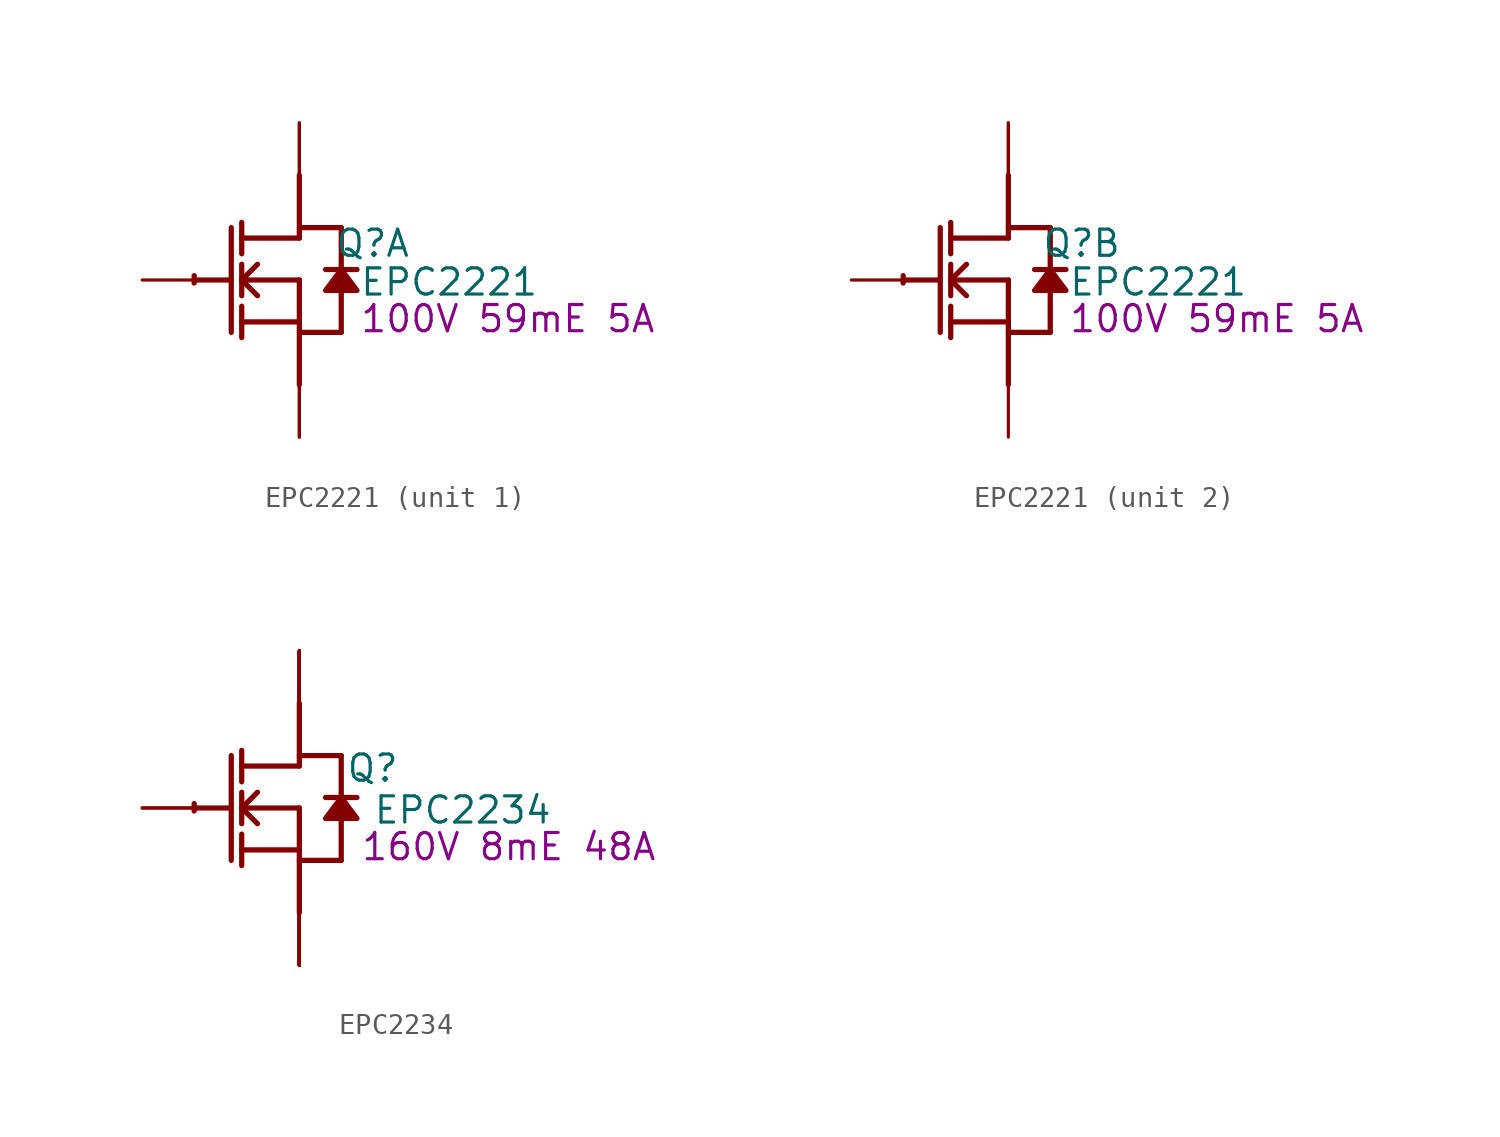
<source format=kicad_sym>
(kicad_symbol_lib
  (version 20241209)
  (generator "kicad_symbol_editor")
  (generator_version "9.0")
  (symbol "EPC2221"
    (property "Reference" "Q"
      (at 3.556 1.778 0)
      (effects (font (size 1.27 1.27))))
    (property "Value" "EPC2221"
      (at 7.264 -0.102 0)
      (effects (font (size 1.27 1.27))))
    (property "Description" "100V 59mE 5A"
      (at 10.109 -1.88 0)
      (effects (font (size 1.27 1.27))))
    (symbol "EPC2221_1_0"
      (polyline (pts (xy -5.08 0) (xy -3.302 0)) (stroke (width 0.254) (type solid)) (fill (type none)))
      (polyline (pts (xy -3.302 2.54) (xy -3.302 -2.54)) (stroke (width 0.254) (type solid)) (fill (type none)))
      (polyline (pts (xy -2.794 1.27) (xy -2.794 2.794)) (stroke (width 0.254) (type solid)) (fill (type none)))
      (polyline (pts (xy -2.794 0) (xy -2.032 0.762)) (stroke (width 0.254) (type solid)) (fill (type none)))
      (polyline (pts (xy -2.794 0) (xy 0 0)) (stroke (width 0.254) (type solid)) (fill (type none)))
      (polyline (pts (xy -2.794 -0.762) (xy -2.794 0.762)) (stroke (width 0.254) (type solid)) (fill (type none)))
      (polyline (pts (xy -2.794 -2.032) (xy 0 -2.032)) (stroke (width 0.254) (type solid)) (fill (type none)))
      (polyline (pts (xy -2.794 -2.794) (xy -2.794 -1.27)) (stroke (width 0.254) (type solid)) (fill (type none)))
      (polyline (pts (xy -2.032 -0.762) (xy -2.794 0)) (stroke (width 0.254) (type solid)) (fill (type none)))
      (polyline (pts (xy 0 2.54) (xy 2.032 2.54)) (stroke (width 0.254) (type solid)) (fill (type none)))
      (polyline (pts (xy 0 2.032) (xy -2.794 2.032)) (stroke (width 0.254) (type solid)) (fill (type none)))
      (polyline (pts (xy 0 2.032) (xy 0 5.08)) (stroke (width 0.254) (type solid)) (fill (type none)))
      (polyline (pts (xy 0 0) (xy 0 -5.08)) (stroke (width 0.254) (type solid)) (fill (type none)))
      (polyline (pts (xy 0 -2.54) (xy 2.032 -2.54)) (stroke (width 0.254) (type solid)) (fill (type none)))
      (arc (start -5.1019 -0.1467) (mid -5.1039 0.0331) (end -5.0996 0.2128) (stroke (width 0.254) (type solid)) (fill (type none)))
      (polyline (pts (xy 2.032 2.54) (xy 2.032 0.508)) (stroke (width 0.254) (type solid)) (fill (type none)))
      (polyline (pts (xy 2.032 0.508) (xy 1.27 -0.508) (xy 2.794 -0.508) (xy 2.032 0.508)) (stroke (width 0.254) (type solid)) (fill (type outline)))
      (polyline (pts (xy 2.032 -0.508) (xy 2.032 -2.54)) (stroke (width 0.254) (type solid)) (fill (type none)))
      (polyline (pts (xy 2.794 0.508) (xy 1.27 0.508)) (stroke (width 0.254) (type solid)) (fill (type none)))
      (pin passive line (at -7.62 0 0) (length 2.54) (name "G1" (effects (font (size 0 0)))) (number "1" (effects (font (size 0 0)))))
      (pin open_collector line (at 0 7.62 270) (length 2.54) (name "D1a" (effects (font (size 0 0)))) (number "2" (effects (font (size 0 0)))))
      (pin open_collector line (at 0 7.62 270) (length 2.54) (name "D1b" (effects (font (size 0 0)))) (number "3" (effects (font (size 0 0)))))
      (pin open_emitter line (at 0 -7.62 90) (length 2.54) (name "S1a" (effects (font (size 0 0)))) (number "4" (effects (font (size 0 0)))))
      (pin open_emitter line (at 0 -7.62 90) (length 2.54) (name "S1b" (effects (font (size 0 0)))) (number "6" (effects (font (size 0 0))))))
    (symbol "EPC2221_2_0"
      (polyline (pts (xy -5.08 0) (xy -3.302 0)) (stroke (width 0.254) (type solid)) (fill (type none)))
      (polyline (pts (xy -3.302 2.54) (xy -3.302 -2.54)) (stroke (width 0.254) (type solid)) (fill (type none)))
      (polyline (pts (xy -2.794 1.27) (xy -2.794 2.794)) (stroke (width 0.254) (type solid)) (fill (type none)))
      (polyline (pts (xy -2.794 0) (xy -2.032 0.762)) (stroke (width 0.254) (type solid)) (fill (type none)))
      (polyline (pts (xy -2.794 0) (xy 0 0)) (stroke (width 0.254) (type solid)) (fill (type none)))
      (polyline (pts (xy -2.794 -0.762) (xy -2.794 0.762)) (stroke (width 0.254) (type solid)) (fill (type none)))
      (polyline (pts (xy -2.794 -2.032) (xy 0 -2.032)) (stroke (width 0.254) (type solid)) (fill (type none)))
      (polyline (pts (xy -2.794 -2.794) (xy -2.794 -1.27)) (stroke (width 0.254) (type solid)) (fill (type none)))
      (polyline (pts (xy -2.032 -0.762) (xy -2.794 0)) (stroke (width 0.254) (type solid)) (fill (type none)))
      (polyline (pts (xy 0 2.54) (xy 2.032 2.54)) (stroke (width 0.254) (type solid)) (fill (type none)))
      (polyline (pts (xy 0 2.032) (xy -2.794 2.032)) (stroke (width 0.254) (type solid)) (fill (type none)))
      (polyline (pts (xy 0 2.032) (xy 0 5.08)) (stroke (width 0.254) (type solid)) (fill (type none)))
      (polyline (pts (xy 0 0) (xy 0 -5.08)) (stroke (width 0.254) (type solid)) (fill (type none)))
      (polyline (pts (xy 0 -2.54) (xy 2.032 -2.54)) (stroke (width 0.254) (type solid)) (fill (type none)))
      (arc (start -5.1019 -0.1467) (mid -5.1039 0.0331) (end -5.0996 0.2128) (stroke (width 0.254) (type solid)) (fill (type none)))
      (polyline (pts (xy 2.032 2.54) (xy 2.032 0.508)) (stroke (width 0.254) (type solid)) (fill (type none)))
      (polyline (pts (xy 2.032 0.508) (xy 1.27 -0.508) (xy 2.794 -0.508) (xy 2.032 0.508)) (stroke (width 0.254) (type solid)) (fill (type outline)))
      (polyline (pts (xy 2.032 -0.508) (xy 2.032 -2.54)) (stroke (width 0.254) (type solid)) (fill (type none)))
      (polyline (pts (xy 2.794 0.508) (xy 1.27 0.508)) (stroke (width 0.254) (type solid)) (fill (type none)))
      (pin passive line (at -7.62 0 0) (length 2.54) (name "G2" (effects (font (size 0 0)))) (number "7" (effects (font (size 0 0)))))
      (pin open_collector line (at 0 7.62 270) (length 2.54) (name "D2a" (effects (font (size 0 0)))) (number "8" (effects (font (size 0 0)))))
      (pin open_collector line (at 0 7.62 270) (length 2.54) (name "D2b" (effects (font (size 0 0)))) (number "9" (effects (font (size 0 0)))))
      (pin open_emitter line (at 0 -7.62 90) (length 2.54) (name "S2" (effects (font (size 0 0)))) (number "5" (effects (font (size 0 0)))))))
  (symbol "EPC2234"
    (property "Reference" "Q"
      (at 3.556 1.93 0)
      (effects (font (size 1.27 1.27))))
    (property "Value" "EPC2234"
      (at 7.925 -0.102 0)
      (effects (font (size 1.27 1.27))))
    (property "Description" "160V 8mE 48A"
      (at 10.16 -1.88 0)
      (effects (font (size 1.27 1.27))))
    (symbol "EPC2234_1_0"
      (polyline (pts (xy -5.08 0) (xy -3.302 0)) (stroke (width 0.254) (type solid)) (fill (type none)))
      (polyline (pts (xy -3.302 2.54) (xy -3.302 -2.54)) (stroke (width 0.254) (type solid)) (fill (type none)))
      (polyline (pts (xy -2.794 1.27) (xy -2.794 2.794)) (stroke (width 0.254) (type solid)) (fill (type none)))
      (polyline (pts (xy -2.794 0) (xy -2.032 0.762)) (stroke (width 0.254) (type solid)) (fill (type none)))
      (polyline (pts (xy -2.794 0) (xy 0 0)) (stroke (width 0.254) (type solid)) (fill (type none)))
      (polyline (pts (xy -2.794 -0.762) (xy -2.794 0.762)) (stroke (width 0.254) (type solid)) (fill (type none)))
      (polyline (pts (xy -2.794 -2.032) (xy 0 -2.032)) (stroke (width 0.254) (type solid)) (fill (type none)))
      (polyline (pts (xy -2.794 -2.794) (xy -2.794 -1.27)) (stroke (width 0.254) (type solid)) (fill (type none)))
      (polyline (pts (xy -2.032 -0.762) (xy -2.794 0)) (stroke (width 0.254) (type solid)) (fill (type none)))
      (polyline (pts (xy 0 2.54) (xy 2.032 2.54)) (stroke (width 0.254) (type solid)) (fill (type none)))
      (polyline (pts (xy 0 2.032) (xy -2.794 2.032)) (stroke (width 0.254) (type solid)) (fill (type none)))
      (polyline (pts (xy 0 2.032) (xy 0 5.08)) (stroke (width 0.254) (type solid)) (fill (type none)))
      (polyline (pts (xy 0 0) (xy 0 -5.08)) (stroke (width 0.254) (type solid)) (fill (type none)))
      (polyline (pts (xy 0 -2.54) (xy 2.032 -2.54)) (stroke (width 0.254) (type solid)) (fill (type none)))
      (arc (start -5.1019 -0.1467) (mid -5.1039 0.0331) (end -5.0996 0.2128) (stroke (width 0.254) (type solid)) (fill (type none)))
      (polyline (pts (xy 2.032 2.54) (xy 2.032 0.508)) (stroke (width 0.254) (type solid)) (fill (type none)))
      (polyline (pts (xy 2.032 0.508) (xy 1.27 -0.508) (xy 2.794 -0.508) (xy 2.032 0.508)) (stroke (width 0.254) (type solid)) (fill (type outline)))
      (polyline (pts (xy 2.032 -0.508) (xy 2.032 -2.54)) (stroke (width 0.254) (type solid)) (fill (type none)))
      (polyline (pts (xy 2.794 0.508) (xy 1.27 0.508)) (stroke (width 0.254) (type solid)) (fill (type none)))
      (pin passive line (at -7.62 0 0) (length 2.54) (name "G" (effects (font (size 0 0)))) (number "1" (effects (font (size 0 0)))))
      (pin passive line (at -7.62 0 0) (length 2.54) (name "G" (effects (font (size 0 0)))) (number "2" (effects (font (size 0 0)))))
      (pin open_collector line (at 0 7.62 270) (length 2.54) (name "D6" (effects (font (size 0 0)))) (number "15" (effects (font (size 0 0)))))
      (pin open_collector line (at 0 7.62 270) (length 2.54) (name "D7" (effects (font (size 0 0)))) (number "16" (effects (font (size 0 0)))))
      (pin open_collector line (at 0 7.62 270) (length 2.54) (name "D8" (effects (font (size 0 0)))) (number "17" (effects (font (size 0 0)))))
      (pin open_collector line (at 0 7.62 270) (length 2.54) (name "D9" (effects (font (size 0 0)))) (number "18" (effects (font (size 0 0)))))
      (pin open_collector line (at 0 7.62 270) (length 2.54) (name "D10" (effects (font (size 0 0)))) (number "19" (effects (font (size 0 0)))))
      (pin open_collector line (at 0 7.62 270) (length 2.54) (name "D1" (effects (font (size 0 0)))) (number "5" (effects (font (size 0 0)))))
      (pin open_collector line (at 0 7.62 270) (length 2.54) (name "D2" (effects (font (size 0 0)))) (number "6" (effects (font (size 0 0)))))
      (pin open_collector line (at 0 7.62 270) (length 2.54) (name "D3" (effects (font (size 0 0)))) (number "7" (effects (font (size 0 0)))))
      (pin open_collector line (at 0 7.62 270) (length 2.54) (name "D4" (effects (font (size 0 0)))) (number "8" (effects (font (size 0 0)))))
      (pin open_collector line (at 0 7.62 270) (length 2.54) (name "D5" (effects (font (size 0 0)))) (number "9" (effects (font (size 0 0)))))
      (pin open_emitter line (at 0 -7.62 90) (length 2.54) (name "S3" (effects (font (size 0 0)))) (number "10" (effects (font (size 0 0)))))
      (pin open_emitter line (at 0 -7.62 90) (length 2.54) (name "S4" (effects (font (size 0 0)))) (number "11" (effects (font (size 0 0)))))
      (pin open_emitter line (at 0 -7.62 90) (length 2.54) (name "Sub" (effects (font (size 0 0)))) (number "12" (effects (font (size 0 0)))))
      (pin open_emitter line (at 0 -7.62 90) (length 2.54) (name "S5" (effects (font (size 0 0)))) (number "13" (effects (font (size 0 0)))))
      (pin open_emitter line (at 0 -7.62 90) (length 2.54) (name "S6" (effects (font (size 0 0)))) (number "14" (effects (font (size 0 0)))))
      (pin open_emitter line (at 0 -7.62 90) (length 2.54) (name "S7" (effects (font (size 0 0)))) (number "20" (effects (font (size 0 0)))))
      (pin open_emitter line (at 0 -7.62 90) (length 2.54) (name "S8" (effects (font (size 0 0)))) (number "21" (effects (font (size 0 0)))))
      (pin open_emitter line (at 0 -7.62 90) (length 2.54) (name "S9" (effects (font (size 0 0)))) (number "22" (effects (font (size 0 0)))))
      (pin open_emitter line (at 0 -7.62 90) (length 2.54) (name "S10" (effects (font (size 0 0)))) (number "23" (effects (font (size 0 0)))))
      (pin open_emitter line (at 0 -7.62 90) (length 2.54) (name "S11" (effects (font (size 0 0)))) (number "24" (effects (font (size 0 0)))))
      (pin open_emitter line (at 0 -7.62 90) (length 2.54) (name "S1" (effects (font (size 0 0)))) (number "3" (effects (font (size 0 0)))))
      (pin open_emitter line (at 0 -7.62 90) (length 2.54) (name "S2" (effects (font (size 0 0)))) (number "4" (effects (font (size 0 0))))))))
</source>
